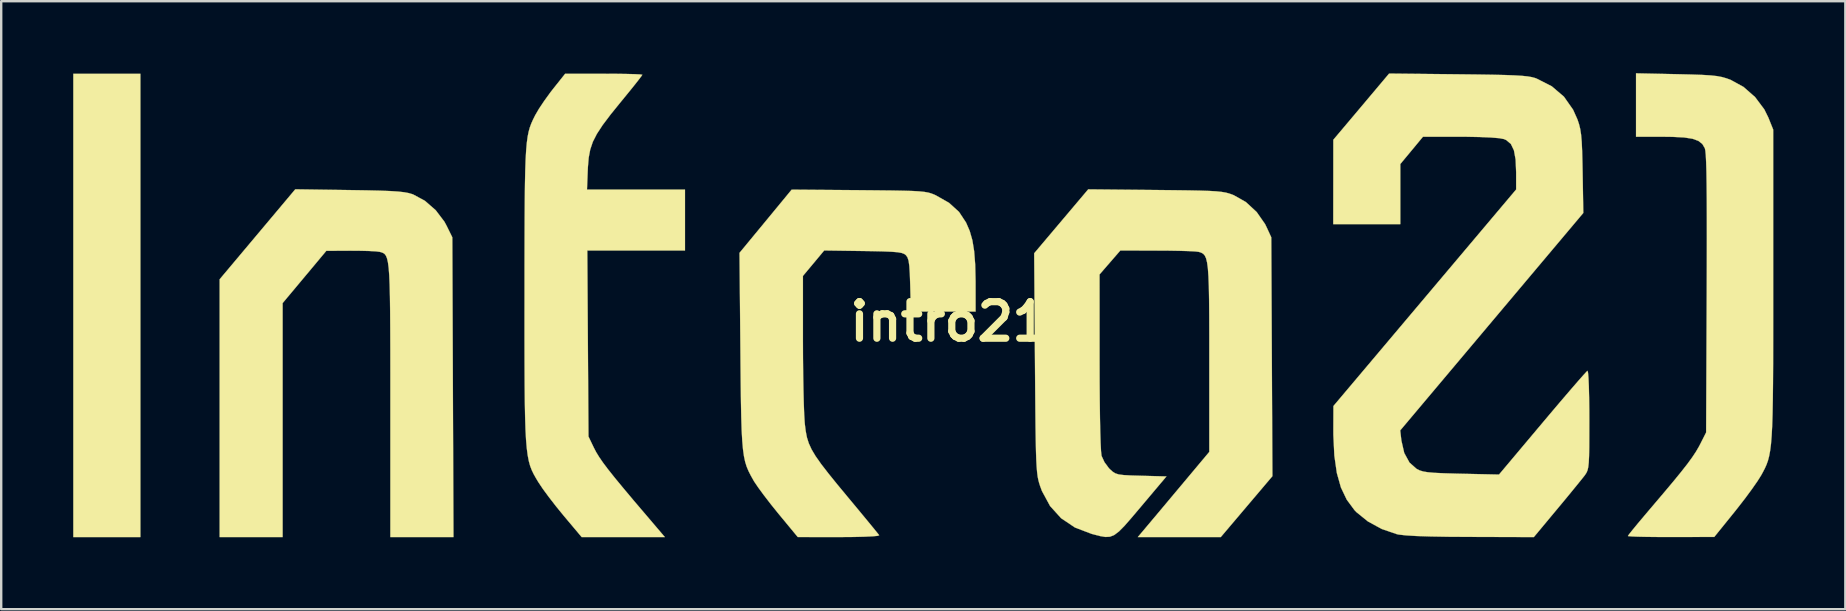
<source format=kicad_pcb>
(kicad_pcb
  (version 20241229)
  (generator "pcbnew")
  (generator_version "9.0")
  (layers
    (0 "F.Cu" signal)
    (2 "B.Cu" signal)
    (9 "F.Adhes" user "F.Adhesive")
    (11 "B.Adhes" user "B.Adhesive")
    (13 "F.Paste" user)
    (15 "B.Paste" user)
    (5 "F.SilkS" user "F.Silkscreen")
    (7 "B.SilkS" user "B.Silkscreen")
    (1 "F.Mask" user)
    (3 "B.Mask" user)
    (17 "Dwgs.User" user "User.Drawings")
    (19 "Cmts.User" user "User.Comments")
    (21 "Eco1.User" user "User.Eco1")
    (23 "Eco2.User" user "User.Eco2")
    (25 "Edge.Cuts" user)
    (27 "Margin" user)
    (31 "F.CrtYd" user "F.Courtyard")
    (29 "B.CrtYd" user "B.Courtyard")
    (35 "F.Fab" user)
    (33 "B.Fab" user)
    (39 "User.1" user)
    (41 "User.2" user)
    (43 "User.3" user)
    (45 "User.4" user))
  (footprint "intro21"
    (layer "F.Cu")
    (at 36.496 10.352)
    (property "Reference" "intro21" (at 0 0 0) (layer "F.SilkS") (effects (font (size 1.524 1.524) (thickness 0.3))))
    (attr through_hole)
    (fp_poly (pts (xy -33.697 8.975) (xy -36.491 8.975) (xy -36.491 -10.329) (xy -33.697 -10.329) (xy -33.697 8.975)) (stroke (width 0.01) (type solid)) (fill yes) (layer "F.SilkS"))
    (fp_poly (pts (xy -24.989 -5.483) (xy -24.282 -5.472) (xy -23.724 -5.459) (xy -23.29 -5.442) (xy -22.959 -5.421) (xy -22.71 -5.393) (xy -22.52 -5.358) (xy -22.367 -5.313) (xy -22.336 -5.302) (xy -21.842 -5.036) (xy -21.392 -4.643) (xy -21.031 -4.168) (xy -20.939 -3.997) (xy -20.701 -3.514) (xy -20.677 2.731) (xy -20.653 8.975) (xy -23.283 8.975) (xy -23.283 3.298) (xy -23.283 2.137) (xy -23.284 1.134) (xy -23.287 0.276) (xy -23.292 -0.447) (xy -23.3 -1.048) (xy -23.312 -1.538) (xy -23.329 -1.93) (xy -23.352 -2.235) (xy -23.382 -2.464) (xy -23.419 -2.629) (xy -23.464 -2.743) (xy -23.518 -2.817) (xy -23.583 -2.862) (xy -23.658 -2.891) (xy -23.724 -2.909) (xy -23.883 -2.929) (xy -24.17 -2.945) (xy -24.543 -2.954) (xy -24.934 -2.957) (xy -25.95 -2.952) (xy -26.86 -1.863) (xy -27.771 -0.774) (xy -27.771 8.975) (xy -30.395 8.975) (xy -30.395 -1.765) (xy -27.244 -5.515) (xy -24.989 -5.483)) (stroke (width 0.01) (type solid)) (fill yes) (layer "F.SilkS"))
    (fp_poly (pts (xy 30.332 -10.311) (xy 30.928 -10.297) (xy 31.384 -10.281) (xy 31.729 -10.26) (xy 31.993 -10.231) (xy 32.203 -10.191) (xy 32.389 -10.137) (xy 32.552 -10.078) (xy 33.095 -9.781) (xy 33.578 -9.357) (xy 33.962 -8.844) (xy 34.129 -8.506) (xy 34.332 -8.001) (xy 34.332 -1.566) (xy 34.332 -0.31) (xy 34.331 0.789) (xy 34.329 1.744) (xy 34.324 2.565) (xy 34.316 3.265) (xy 34.305 3.856) (xy 34.289 4.35) (xy 34.267 4.759) (xy 34.24 5.096) (xy 34.205 5.372) (xy 34.163 5.6) (xy 34.113 5.791) (xy 34.053 5.958) (xy 33.984 6.112) (xy 33.904 6.266) (xy 33.832 6.398) (xy 33.681 6.638) (xy 33.449 6.971) (xy 33.163 7.359) (xy 32.849 7.764) (xy 32.72 7.926) (xy 31.877 8.969) (xy 30.078 8.972) (xy 29.546 8.971) (xy 29.077 8.966) (xy 28.695 8.958) (xy 28.424 8.947) (xy 28.289 8.934) (xy 28.279 8.929) (xy 28.331 8.853) (xy 28.476 8.671) (xy 28.696 8.403) (xy 28.974 8.073) (xy 29.235 7.765) (xy 29.749 7.16) (xy 30.165 6.665) (xy 30.495 6.261) (xy 30.754 5.931) (xy 30.954 5.657) (xy 31.11 5.423) (xy 31.235 5.209) (xy 31.295 5.094) (xy 31.538 4.614) (xy 31.562 -1.183) (xy 31.566 -2.399) (xy 31.568 -3.455) (xy 31.567 -4.359) (xy 31.564 -5.121) (xy 31.558 -5.751) (xy 31.55 -6.256) (xy 31.538 -6.647) (xy 31.524 -6.932) (xy 31.506 -7.121) (xy 31.485 -7.222) (xy 31.484 -7.226) (xy 31.379 -7.403) (xy 31.215 -7.532) (xy 30.97 -7.621) (xy 30.62 -7.675) (xy 30.141 -7.7) (xy 29.721 -7.705) (xy 28.617 -7.705) (xy 28.617 -10.347) (xy 30.332 -10.311)) (stroke (width 0.01) (type solid)) (fill yes) (layer "F.SilkS"))
    (fp_poly (pts (xy -13.892 -10.327) (xy -13.454 -10.321) (xy -13.107 -10.312) (xy -12.875 -10.301) (xy -12.785 -10.288) (xy -12.785 -10.287) (xy -12.836 -10.21) (xy -12.977 -10.027) (xy -13.191 -9.757) (xy -13.46 -9.426) (xy -13.674 -9.165) (xy -14.105 -8.633) (xy -14.435 -8.196) (xy -14.677 -7.826) (xy -14.846 -7.495) (xy -14.955 -7.172) (xy -15.019 -6.831) (xy -15.052 -6.442) (xy -15.057 -6.332) (xy -15.09 -5.503) (xy -11.007 -5.503) (xy -11.007 -2.963) (xy -15.077 -2.963) (xy -15.028 4.784) (xy -14.805 5.249) (xy -14.707 5.437) (xy -14.583 5.64) (xy -14.421 5.875) (xy -14.207 6.159) (xy -13.93 6.507) (xy -13.575 6.937) (xy -13.132 7.465) (xy -12.717 7.952) (xy -11.846 8.975) (xy -15.311 8.975) (xy -16.059 8.086) (xy -16.37 7.705) (xy -16.671 7.317) (xy -16.93 6.965) (xy -17.112 6.693) (xy -17.119 6.682) (xy -17.223 6.509) (xy -17.314 6.346) (xy -17.392 6.183) (xy -17.459 6.006) (xy -17.515 5.803) (xy -17.561 5.561) (xy -17.599 5.269) (xy -17.629 4.914) (xy -17.652 4.483) (xy -17.668 3.965) (xy -17.68 3.346) (xy -17.687 2.615) (xy -17.691 1.758) (xy -17.693 0.764) (xy -17.693 -0.379) (xy -17.692 -1.117) (xy -17.692 -2.331) (xy -17.69 -3.388) (xy -17.687 -4.301) (xy -17.682 -5.083) (xy -17.674 -5.744) (xy -17.662 -6.3) (xy -17.646 -6.761) (xy -17.624 -7.141) (xy -17.597 -7.451) (xy -17.563 -7.705) (xy -17.521 -7.915) (xy -17.471 -8.094) (xy -17.412 -8.254) (xy -17.344 -8.407) (xy -17.265 -8.566) (xy -17.246 -8.604) (xy -17.09 -8.871) (xy -16.865 -9.208) (xy -16.611 -9.558) (xy -16.513 -9.684) (xy -16 -10.329) (xy -14.392 -10.329) (xy -13.892 -10.327)) (stroke (width 0.01) (type solid)) (fill yes) (layer "F.SilkS"))
    (fp_poly (pts (xy -3.768 -5.479) (xy -3.003 -5.472) (xy -2.389 -5.465) (xy -1.904 -5.456) (xy -1.53 -5.445) (xy -1.247 -5.429) (xy -1.034 -5.407) (xy -0.873 -5.379) (xy -0.744 -5.342) (xy -0.626 -5.296) (xy -0.56 -5.266) (xy -0.005 -4.951) (xy 0.411 -4.573) (xy 0.704 -4.129) (xy 0.856 -3.778) (xy 0.967 -3.39) (xy 1.041 -2.934) (xy 1.084 -2.378) (xy 1.1 -1.692) (xy 1.1 -1.545) (xy 1.101 -0.423) (xy -1.595 -0.423) (xy -1.623 -1.521) (xy -1.639 -1.99) (xy -1.66 -2.319) (xy -1.691 -2.538) (xy -1.737 -2.678) (xy -1.801 -2.769) (xy -1.802 -2.77) (xy -1.873 -2.823) (xy -1.979 -2.863) (xy -2.145 -2.893) (xy -2.395 -2.913) (xy -2.753 -2.928) (xy -3.243 -2.939) (xy -3.58 -2.944) (xy -5.207 -2.967) (xy -5.65 -2.436) (xy -6.093 -1.905) (xy -6.093 0.804) (xy -6.09 1.507) (xy -6.083 2.191) (xy -6.072 2.829) (xy -6.058 3.392) (xy -6.041 3.852) (xy -6.021 4.182) (xy -6.014 4.265) (xy -5.977 4.56) (xy -5.927 4.821) (xy -5.849 5.067) (xy -5.734 5.32) (xy -5.568 5.599) (xy -5.339 5.925) (xy -5.035 6.319) (xy -4.645 6.801) (xy -4.182 7.359) (xy -3.828 7.785) (xy -3.51 8.169) (xy -3.244 8.492) (xy -3.047 8.733) (xy -2.935 8.873) (xy -2.915 8.899) (xy -2.981 8.923) (xy -3.195 8.943) (xy -3.536 8.959) (xy -3.984 8.97) (xy -4.517 8.974) (xy -4.588 8.974) (xy -6.308 8.973) (xy -7.112 8.001) (xy -7.421 7.618) (xy -7.711 7.242) (xy -7.955 6.91) (xy -8.125 6.659) (xy -8.156 6.606) (xy -8.266 6.409) (xy -8.359 6.226) (xy -8.437 6.042) (xy -8.5 5.839) (xy -8.55 5.603) (xy -8.59 5.316) (xy -8.621 4.964) (xy -8.645 4.529) (xy -8.662 3.997) (xy -8.675 3.349) (xy -8.685 2.572) (xy -8.694 1.648) (xy -8.698 1.212) (xy -8.735 -2.867) (xy -7.648 -4.184) (xy -6.562 -5.501) (xy -3.768 -5.479)) (stroke (width 0.01) (type solid)) (fill yes) (layer "F.SilkS"))
    (fp_poly (pts (xy 8.591 -5.486) (xy 9.357 -5.478) (xy 9.974 -5.47) (xy 10.462 -5.46) (xy 10.841 -5.447) (xy 11.131 -5.43) (xy 11.351 -5.407) (xy 11.523 -5.378) (xy 11.665 -5.34) (xy 11.799 -5.293) (xy 11.856 -5.27) (xy 12.363 -4.983) (xy 12.812 -4.568) (xy 13.161 -4.067) (xy 13.225 -3.937) (xy 13.42 -3.514) (xy 13.467 6.437) (xy 12.391 7.706) (xy 11.316 8.975) (xy 7.859 8.975) (xy 8.092 8.7) (xy 8.213 8.555) (xy 8.424 8.304) (xy 8.706 7.969) (xy 9.039 7.572) (xy 9.404 7.136) (xy 9.581 6.925) (xy 10.837 5.426) (xy 10.837 1.523) (xy 10.837 0.558) (xy 10.835 -0.252) (xy 10.829 -0.921) (xy 10.819 -1.462) (xy 10.802 -1.891) (xy 10.779 -2.22) (xy 10.746 -2.465) (xy 10.703 -2.639) (xy 10.649 -2.756) (xy 10.581 -2.831) (xy 10.499 -2.876) (xy 10.401 -2.908) (xy 10.396 -2.909) (xy 10.251 -2.926) (xy 9.968 -2.941) (xy 9.578 -2.952) (xy 9.113 -2.96) (xy 8.666 -2.962) (xy 7.129 -2.963) (xy 6.697 -2.465) (xy 6.265 -1.967) (xy 6.266 1.662) (xy 6.268 2.522) (xy 6.274 3.307) (xy 6.283 4.003) (xy 6.295 4.593) (xy 6.31 5.063) (xy 6.327 5.396) (xy 6.347 5.579) (xy 6.35 5.593) (xy 6.469 5.852) (xy 6.655 6.104) (xy 6.693 6.143) (xy 6.808 6.247) (xy 6.919 6.318) (xy 7.06 6.364) (xy 7.268 6.391) (xy 7.576 6.408) (xy 8.003 6.42) (xy 9.052 6.448) (xy 7.987 7.711) (xy 7.604 8.164) (xy 7.309 8.502) (xy 7.076 8.738) (xy 6.881 8.886) (xy 6.701 8.959) (xy 6.511 8.97) (xy 6.288 8.933) (xy 6.007 8.86) (xy 5.936 8.841) (xy 5.242 8.577) (xy 4.664 8.189) (xy 4.204 7.681) (xy 3.865 7.055) (xy 3.786 6.84) (xy 3.747 6.717) (xy 3.714 6.592) (xy 3.686 6.447) (xy 3.664 6.27) (xy 3.645 6.045) (xy 3.629 5.757) (xy 3.617 5.39) (xy 3.607 4.931) (xy 3.598 4.365) (xy 3.591 3.675) (xy 3.584 2.848) (xy 3.576 1.869) (xy 3.575 1.729) (xy 3.542 -2.85) (xy 5.793 -5.513) (xy 8.591 -5.486)) (stroke (width 0.01) (type solid)) (fill yes) (layer "F.SilkS"))
    (fp_poly (pts (xy 21.209 -10.307) (xy 22.005 -10.298) (xy 22.65 -10.288) (xy 23.163 -10.276) (xy 23.564 -10.261) (xy 23.87 -10.242) (xy 24.1 -10.219) (xy 24.274 -10.189) (xy 24.41 -10.152) (xy 24.469 -10.131) (xy 25.105 -9.808) (xy 25.612 -9.376) (xy 25.995 -8.831) (xy 26.178 -8.422) (xy 26.243 -8.226) (xy 26.292 -8.026) (xy 26.328 -7.791) (xy 26.354 -7.493) (xy 26.372 -7.101) (xy 26.385 -6.585) (xy 26.392 -6.223) (xy 26.42 -4.53) (xy 22.606 0) (xy 18.792 4.53) (xy 18.841 4.953) (xy 18.96 5.471) (xy 19.181 5.874) (xy 19.478 6.135) (xy 19.6 6.196) (xy 19.746 6.241) (xy 19.944 6.274) (xy 20.222 6.298) (xy 20.606 6.316) (xy 21.123 6.331) (xy 21.336 6.336) (xy 22.908 6.37) (xy 24.714 4.222) (xy 25.148 3.707) (xy 25.55 3.234) (xy 25.905 2.82) (xy 26.2 2.479) (xy 26.423 2.227) (xy 26.559 2.079) (xy 26.595 2.046) (xy 26.616 2.119) (xy 26.635 2.34) (xy 26.651 2.69) (xy 26.662 3.147) (xy 26.669 3.69) (xy 26.67 4.083) (xy 26.669 4.728) (xy 26.667 5.225) (xy 26.66 5.599) (xy 26.647 5.869) (xy 26.626 6.06) (xy 26.596 6.193) (xy 26.554 6.291) (xy 26.499 6.376) (xy 26.48 6.403) (xy 26.363 6.551) (xy 26.16 6.802) (xy 25.893 7.129) (xy 25.583 7.505) (xy 25.324 7.816) (xy 24.359 8.975) (xy 21.726 8.967) (xy 20.811 8.962) (xy 20.06 8.949) (xy 19.467 8.93) (xy 19.026 8.903) (xy 18.732 8.87) (xy 18.655 8.854) (xy 18.025 8.639) (xy 17.444 8.322) (xy 16.965 7.934) (xy 16.887 7.852) (xy 16.565 7.417) (xy 16.322 6.908) (xy 16.151 6.302) (xy 16.048 5.581) (xy 16.007 4.726) (xy 16.006 4.487) (xy 16.01 3.514) (xy 23.622 -5.507) (xy 23.622 -6.227) (xy 23.6 -6.754) (xy 23.53 -7.138) (xy 23.404 -7.401) (xy 23.213 -7.564) (xy 23.11 -7.609) (xy 22.917 -7.645) (xy 22.577 -7.673) (xy 22.115 -7.693) (xy 21.553 -7.704) (xy 21.287 -7.705) (xy 19.74 -7.705) (xy 19.268 -7.136) (xy 18.796 -6.567) (xy 18.796 -4.064) (xy 16.002 -4.064) (xy 16.004 -5.821) (xy 16.005 -7.578) (xy 17.168 -8.957) (xy 18.33 -10.337) (xy 21.209 -10.307)) (stroke (width 0.01) (type solid)) (fill yes) (layer "F.SilkS")))
  (gr_rect
    (start -3 -3)
    (end 73.834 22.331)
    (stroke (width 0.1) (type default))
    (fill no)
    (layer "Edge.Cuts")))
</source>
